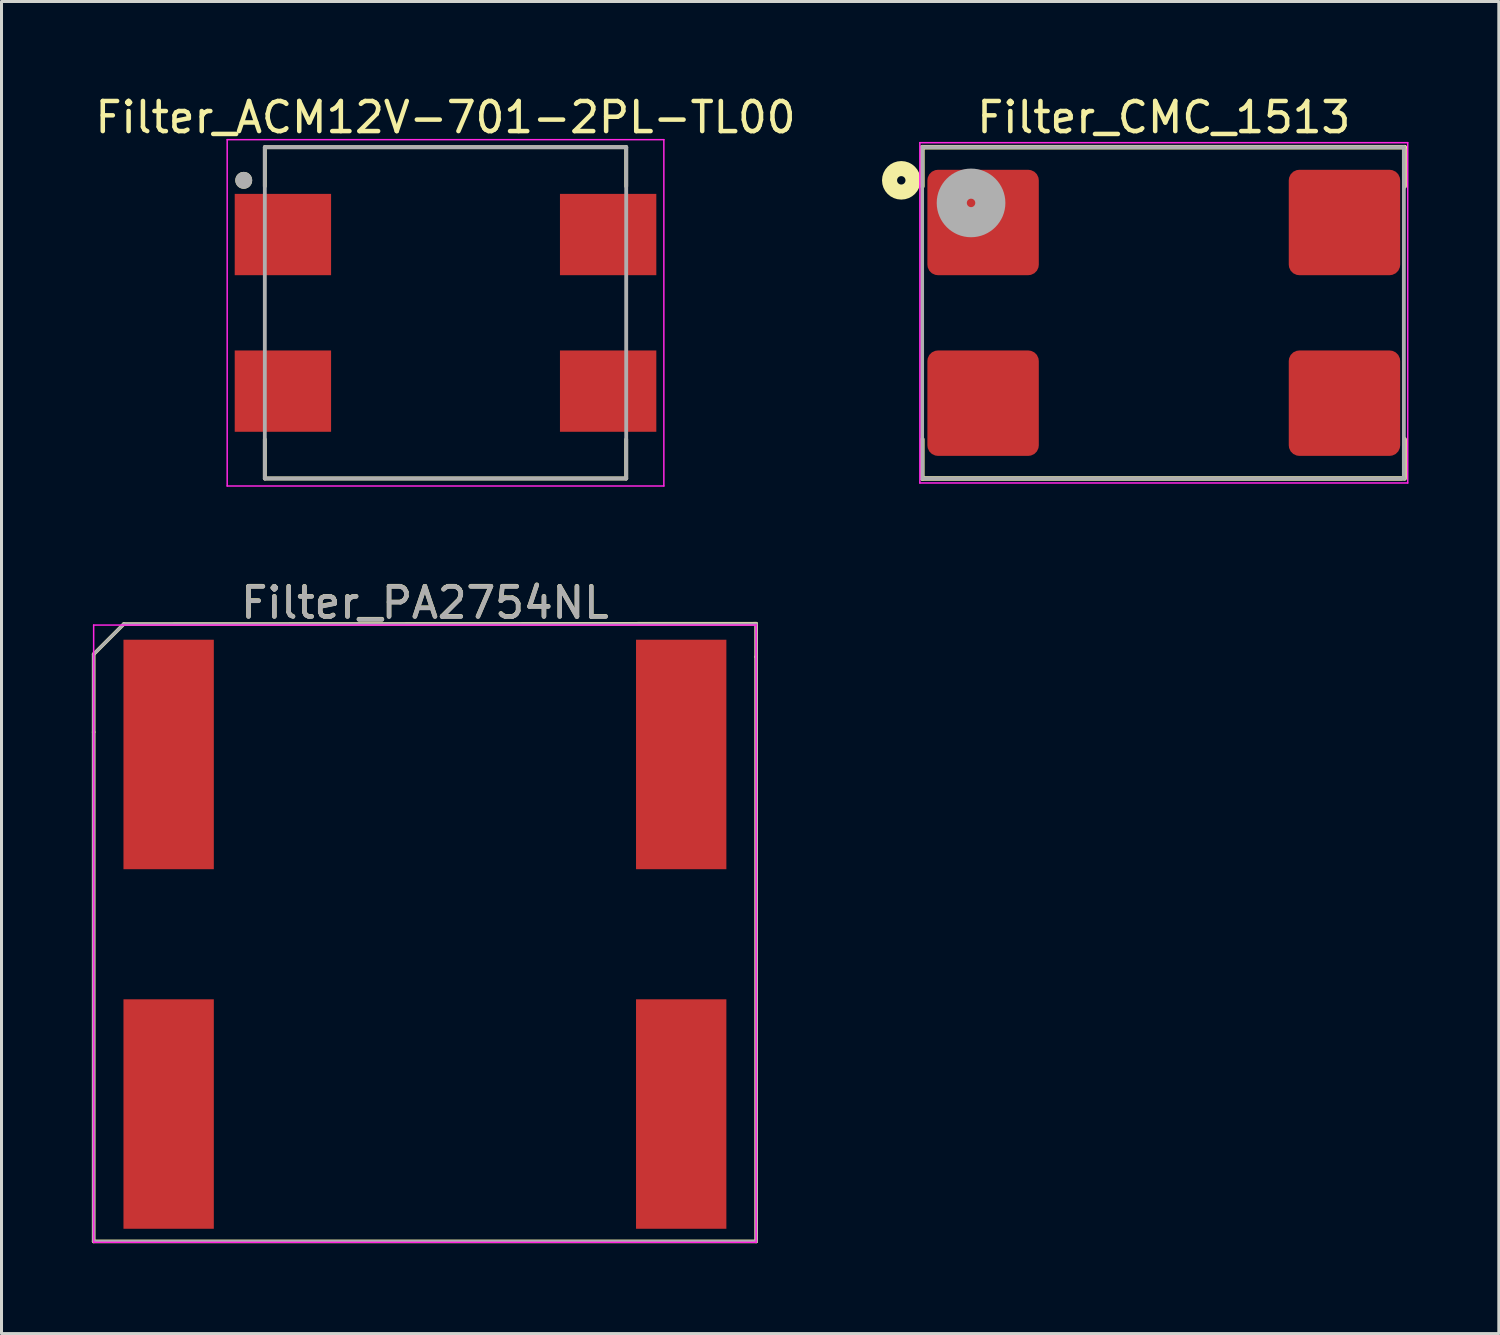
<source format=kicad_pcb>
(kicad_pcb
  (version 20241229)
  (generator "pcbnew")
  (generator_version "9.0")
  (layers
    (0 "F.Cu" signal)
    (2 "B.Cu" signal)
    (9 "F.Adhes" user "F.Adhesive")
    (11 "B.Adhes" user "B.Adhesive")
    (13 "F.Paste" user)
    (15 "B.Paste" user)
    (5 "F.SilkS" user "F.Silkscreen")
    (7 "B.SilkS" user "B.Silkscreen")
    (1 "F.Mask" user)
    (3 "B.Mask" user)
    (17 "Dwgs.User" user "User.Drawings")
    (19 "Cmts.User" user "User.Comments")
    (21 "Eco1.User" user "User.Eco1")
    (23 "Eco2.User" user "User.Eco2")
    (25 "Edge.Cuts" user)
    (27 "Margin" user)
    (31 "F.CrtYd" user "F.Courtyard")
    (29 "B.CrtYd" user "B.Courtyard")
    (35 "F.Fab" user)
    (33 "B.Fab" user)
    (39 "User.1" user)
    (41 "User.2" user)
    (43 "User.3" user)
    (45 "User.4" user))
  (footprint "Filter_PA2754NL"
    (layer "F.Cu")
    (at 11.06 27.973)
    (property "Reference" "Filter_PA2754NL" (at 0 -11.012 180) (layer "F.SilkS") (effects (font (size 1 1) (thickness 0.15))))
    (attr smd)
    (fp_line (start -11 -9.3) (end -11 -6.712) (stroke (width 0.12) (type solid)) (layer "F.SilkS"))
    (fp_line (start -11 -9.3) (end -10 -10.3) (stroke (width 0.12) (type solid)) (layer "F.SilkS"))
    (fp_line (start -11 -6.712) (end -11 10.2) (stroke (width 0.12) (type solid)) (layer "F.SilkS"))
    (fp_line (start -11 10.2) (end 11 10.2) (stroke (width 0.12) (type solid)) (layer "F.SilkS"))
    (fp_line (start 11 -10.312) (end -10 -10.3) (stroke (width 0.12) (type solid)) (layer "F.SilkS"))
    (fp_line (start 11 -9.212) (end 11 -10.312) (stroke (width 0.12) (type solid)) (layer "F.SilkS"))
    (fp_line (start 11 10.2) (end 11 -9.212) (stroke (width 0.12) (type solid)) (layer "F.SilkS"))
    (fp_line (start -11 -10.267) (end -11 10.23) (stroke (width 0.05) (type solid)) (layer "F.CrtYd"))
    (fp_line (start -11 -10.267) (end 11 -10.267) (stroke (width 0.05) (type solid)) (layer "F.CrtYd"))
    (fp_line (start 11 10.23) (end -11 10.23) (stroke (width 0.05) (type solid)) (layer "F.CrtYd"))
    (fp_line (start 11 10.23) (end 11 -10.267) (stroke (width 0.05) (type solid)) (layer "F.CrtYd"))
    (fp_line (start -11 -9.3) (end -10 -10.3) (stroke (width 0.1) (type solid)) (layer "F.Fab"))
    (fp_line (start -11 10.2) (end -11 -9.3) (stroke (width 0.1) (type solid)) (layer "F.Fab"))
    (fp_line (start -10 -10.3) (end 11 -10.3) (stroke (width 0.1) (type solid)) (layer "F.Fab"))
    (fp_line (start 11 -10.3) (end 11 10.2) (stroke (width 0.1) (type solid)) (layer "F.Fab"))
    (fp_line (start 11 10.2) (end -11 10.2) (stroke (width 0.1) (type solid)) (layer "F.Fab"))
    (fp_text user "${REFERENCE}" (at 0 -11.004 0) (layer "F.Fab") (effects (font (size 1 1) (thickness 0.15))))
    (pad "1" smd rect (at 8.51 -5.97) (size 3 7.62) (layers "F.Cu" "F.Mask" "F.Paste"))
    (pad "2" smd rect (at 8.51 5.97) (size 3 7.62) (layers "F.Cu" "F.Mask" "F.Paste"))
    (pad "3" smd rect (at -8.51 -5.97) (size 3 7.62) (layers "F.Cu" "F.Mask" "F.Paste"))
    (pad "4" smd rect (at -8.51 5.97) (size 3 7.62) (layers "F.Cu" "F.Mask" "F.Paste")))
  (footprint "Filter_CMC_1513"
    (layer "F.Cu")
    (at 35.595 7.338)
    (property "Reference" "Filter_CMC_1513" (at 0 -6.49 0) (layer "F.SilkS") (effects (font (size 1 1) (thickness 0.15))))
    (attr smd)
    (fp_line (start -8.019 5.5) (end -8.019 4.2) (stroke (width 0.152) (type solid)) (layer "F.SilkS"))
    (fp_line (start -8.017 -5.5) (end 7.996 -5.5) (stroke (width 0.152) (type solid)) (layer "F.SilkS"))
    (fp_line (start -8.017 -4.2) (end -8.017 -5.5) (stroke (width 0.152) (type solid)) (layer "F.SilkS"))
    (fp_line (start 7.9 5.5) (end -8.019 5.5) (stroke (width 0.152) (type solid)) (layer "F.SilkS"))
    (fp_line (start 7.996 -5.5) (end 7.996 -4.2) (stroke (width 0.152) (type solid)) (layer "F.SilkS"))
    (fp_line (start 7.996 4.2) (end 7.996 5.5) (stroke (width 0.152) (type solid)) (layer "F.SilkS"))
    (fp_circle (center -8.717 -4.4) (end -8.577 -4.4) (stroke (width 0.5) (type solid)) (fill no) (layer "F.SilkS"))
    (fp_line (start -8.1 -5.65) (end 8.1 -5.65) (stroke (width 0.05) (type solid)) (layer "F.CrtYd"))
    (fp_line (start -8.1 5.65) (end -8.1 -5.65) (stroke (width 0.05) (type solid)) (layer "F.CrtYd"))
    (fp_line (start 8.1 -5.65) (end 8.1 5.65) (stroke (width 0.05) (type solid)) (layer "F.CrtYd"))
    (fp_line (start 8.1 5.65) (end -8.1 5.65) (stroke (width 0.05) (type solid)) (layer "F.CrtYd"))
    (fp_line (start -8.025 -5.5) (end 7.972 -5.5) (stroke (width 0.127) (type solid)) (layer "F.Fab"))
    (fp_line (start -8.025 5.5) (end -8.025 -5.5) (stroke (width 0.127) (type solid)) (layer "F.Fab"))
    (fp_line (start 7.972 -5.5) (end 7.972 5.5) (stroke (width 0.127) (type solid)) (layer "F.Fab"))
    (fp_line (start 7.972 5.5) (end -8.025 5.5) (stroke (width 0.127) (type solid)) (layer "F.Fab"))
    (fp_circle (center -6.4 -3.65) (end -6.26 -3.65) (stroke (width 1) (type solid)) (fill no) (layer "F.Fab"))
    (pad "1" smd roundrect (at -6 -3) (size 3.7 3.5) (layers "F.Cu" "F.Mask" "F.Paste") (roundrect_rratio 0.1))
    (pad "2" smd roundrect (at 6 -3) (size 3.7 3.5) (layers "F.Cu" "F.Mask" "F.Paste") (roundrect_rratio 0.1))
    (pad "3" smd roundrect (at -6 3) (size 3.7 3.5) (layers "F.Cu" "F.Mask" "F.Paste") (roundrect_rratio 0.1))
    (pad "4" smd roundrect (at 6 3) (size 3.7 3.5) (layers "F.Cu" "F.Mask" "F.Paste") (roundrect_rratio 0.1)))
  (footprint "Filter_ACM12V-701-2PL-TL00"
    (layer "F.Cu")
    (at 11.744 7.338)
    (property "Reference" "Filter_ACM12V-701-2PL-TL00" (at 0 -6.49 0) (layer "F.SilkS") (effects (font (size 1 1) (thickness 0.15))))
    (attr through_hole)
    (fp_line (start -6 -5.5) (end 6 -5.5) (stroke (width 0.127) (type solid)) (layer "F.SilkS"))
    (fp_line (start -6 -4.2) (end -6 -5.5) (stroke (width 0.127) (type solid)) (layer "F.SilkS"))
    (fp_line (start -6 5.5) (end -6 4.2) (stroke (width 0.127) (type solid)) (layer "F.SilkS"))
    (fp_line (start 6 -5.5) (end 6 -4.2) (stroke (width 0.127) (type solid)) (layer "F.SilkS"))
    (fp_line (start 6 4.2) (end 6 5.5) (stroke (width 0.127) (type solid)) (layer "F.SilkS"))
    (fp_line (start 6 5.5) (end -6 5.5) (stroke (width 0.127) (type solid)) (layer "F.SilkS"))
    (fp_circle (center -6.7 -4.4) (end -6.56 -4.4) (stroke (width 0.28) (type solid)) (fill no) (layer "F.SilkS"))
    (fp_line (start -7.25 -5.75) (end 7.25 -5.75) (stroke (width 0.05) (type solid)) (layer "F.CrtYd"))
    (fp_line (start -7.25 5.75) (end -7.25 -5.75) (stroke (width 0.05) (type solid)) (layer "F.CrtYd"))
    (fp_line (start 7.25 -5.75) (end 7.25 5.75) (stroke (width 0.05) (type solid)) (layer "F.CrtYd"))
    (fp_line (start 7.25 5.75) (end -7.25 5.75) (stroke (width 0.05) (type solid)) (layer "F.CrtYd"))
    (fp_line (start -6 -5.5) (end 6 -5.5) (stroke (width 0.127) (type solid)) (layer "F.Fab"))
    (fp_line (start -6 5.5) (end -6 -5.5) (stroke (width 0.127) (type solid)) (layer "F.Fab"))
    (fp_line (start 6 -5.5) (end 6 5.5) (stroke (width 0.127) (type solid)) (layer "F.Fab"))
    (fp_line (start 6 5.5) (end -6 5.5) (stroke (width 0.127) (type solid)) (layer "F.Fab"))
    (fp_circle (center -6.7 -4.4) (end -6.56 -4.4) (stroke (width 0.28) (type solid)) (fill no) (layer "F.Fab"))
    (pad "1" smd rect (at -5.4 -2.6) (size 3.2 2.7) (layers "F.Cu" "F.Mask" "F.Paste"))
    (pad "2" smd rect (at 5.4 -2.6) (size 3.2 2.7) (layers "F.Cu" "F.Mask" "F.Paste"))
    (pad "3" smd rect (at -5.4 2.6) (size 3.2 2.7) (layers "F.Cu" "F.Mask" "F.Paste"))
    (pad "4" smd rect (at 5.4 2.6) (size 3.2 2.7) (layers "F.Cu" "F.Mask" "F.Paste")))
  (gr_rect
    (start -3 -3)
    (end 46.72 41.233)
    (stroke (width 0.1) (type default))
    (fill no)
    (layer "Edge.Cuts")))
</source>
